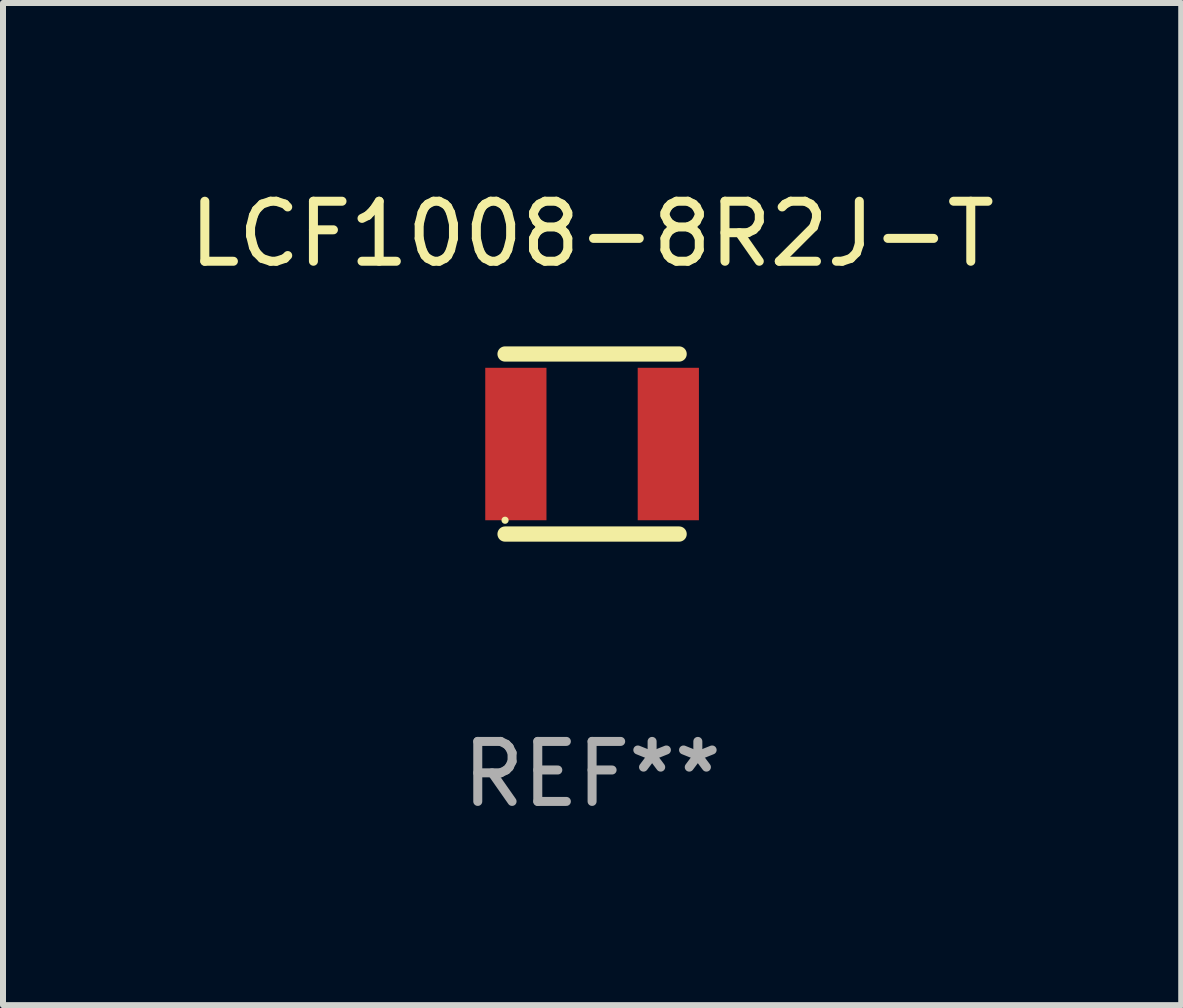
<source format=kicad_pcb>
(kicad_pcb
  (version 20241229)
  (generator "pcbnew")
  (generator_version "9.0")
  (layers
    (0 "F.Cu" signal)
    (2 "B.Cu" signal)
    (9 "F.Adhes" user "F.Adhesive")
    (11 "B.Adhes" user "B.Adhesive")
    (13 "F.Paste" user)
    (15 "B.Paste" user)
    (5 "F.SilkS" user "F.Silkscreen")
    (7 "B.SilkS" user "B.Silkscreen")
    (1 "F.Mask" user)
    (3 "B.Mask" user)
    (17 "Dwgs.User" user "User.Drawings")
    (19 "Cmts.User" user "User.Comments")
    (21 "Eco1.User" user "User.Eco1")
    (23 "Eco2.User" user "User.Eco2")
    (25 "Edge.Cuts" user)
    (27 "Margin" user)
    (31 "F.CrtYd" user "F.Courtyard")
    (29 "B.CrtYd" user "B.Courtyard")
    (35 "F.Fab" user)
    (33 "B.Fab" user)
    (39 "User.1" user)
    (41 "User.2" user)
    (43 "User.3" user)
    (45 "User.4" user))
  (footprint "LCF1008-8R2J-T"
    (layer "F.Cu")
    (at 6.815 4.348)
    (property "Reference" "LCF1008-8R2J-T" (at 0 -3.5 0) (layer "F.SilkS") (effects (font (size 1 1) (thickness 0.15))))
    (attr through_hole)
    (fp_line (start -1.45 -1.5) (end 1.45 -1.5) (stroke (width 0.254) (type solid)) (layer "F.SilkS"))
    (fp_line (start -1.45 1.5) (end 1.45 1.5) (stroke (width 0.254) (type solid)) (layer "F.SilkS"))
    (fp_circle (center -1.45 1.27) (end -1.42 1.27) (stroke (width 0.06) (type solid)) (fill no) (layer "F.SilkS"))
    (fp_text user "REF**" (at 0 5.5 0) (layer "F.Fab") (effects (font (size 1 1) (thickness 0.15))))
    (pad "1" smd rect (at -1.27 0 90) (size 2.54 1.02) (layers "F.Cu" "F.Mask" "F.Paste"))
    (pad "2" smd rect (at 1.27 0 90) (size 2.54 1.02) (layers "F.Cu" "F.Mask" "F.Paste")))
  (gr_rect
    (start -3 -3)
    (end 16.631 13.697)
    (stroke (width 0.1) (type default))
    (fill no)
    (layer "Edge.Cuts")))
</source>
